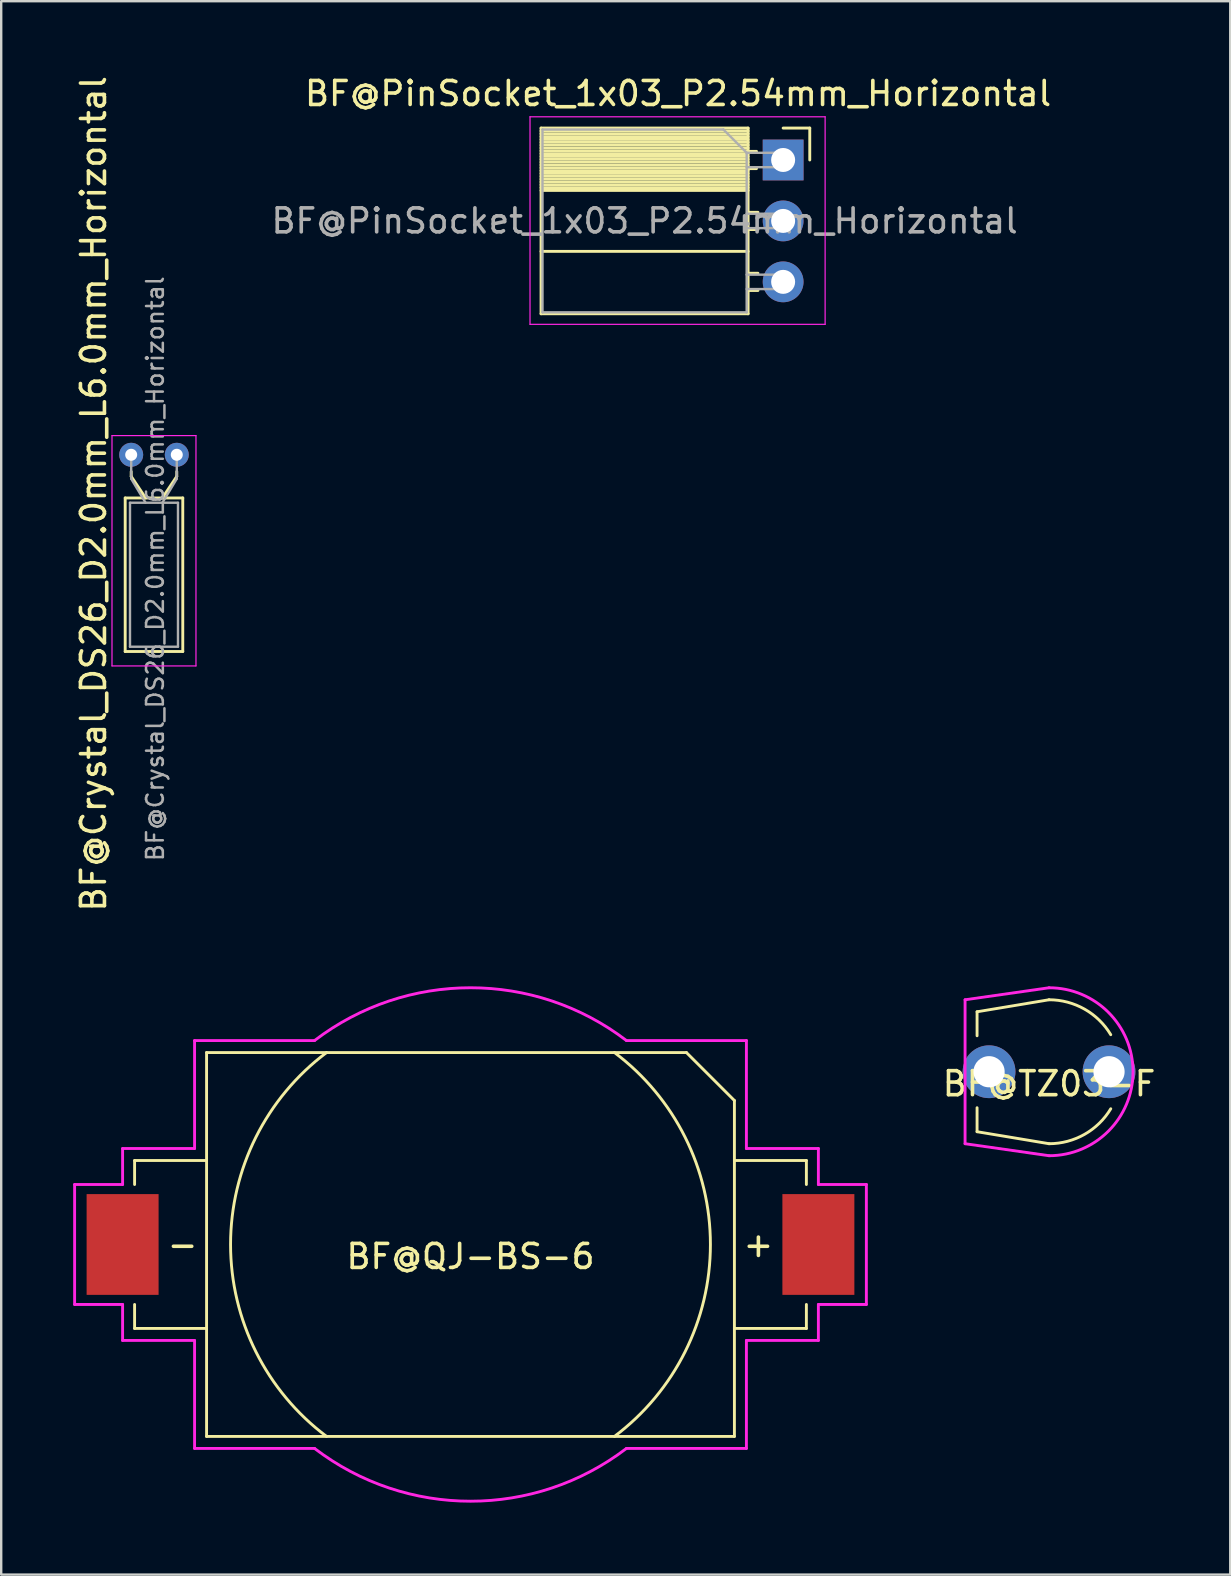
<source format=kicad_pcb>
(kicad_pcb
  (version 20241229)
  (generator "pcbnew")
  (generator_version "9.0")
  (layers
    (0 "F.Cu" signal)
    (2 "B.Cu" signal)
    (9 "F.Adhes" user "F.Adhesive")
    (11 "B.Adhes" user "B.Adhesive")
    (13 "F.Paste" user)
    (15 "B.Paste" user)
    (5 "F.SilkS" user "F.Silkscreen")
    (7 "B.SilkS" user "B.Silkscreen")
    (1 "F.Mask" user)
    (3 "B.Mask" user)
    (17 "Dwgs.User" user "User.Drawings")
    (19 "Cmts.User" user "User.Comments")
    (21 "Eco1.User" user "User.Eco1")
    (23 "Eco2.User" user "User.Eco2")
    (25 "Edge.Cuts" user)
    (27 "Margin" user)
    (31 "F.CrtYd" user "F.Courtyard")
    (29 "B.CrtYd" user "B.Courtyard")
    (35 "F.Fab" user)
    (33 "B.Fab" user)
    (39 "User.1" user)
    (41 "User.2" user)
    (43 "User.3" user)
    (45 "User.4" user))
  (footprint "BF@PinSocket_1x03_P2.54mm_Horizontal"
    (layer "F.Cu")
    (at 29.591 3.618)
    (property "Reference" "BF@PinSocket_1x03_P2.54mm_Horizontal" (at -4.38 -2.77 0) (layer "F.SilkS") (effects (font (size 1 1) (thickness 0.15))))
    (attr smd)
    (fp_line (start -10.09 -1.33) (end -10.09 6.41) (stroke (width 0.12) (type solid)) (layer "F.SilkS"))
    (fp_line (start -10.09 -1.33) (end -1.46 -1.33) (stroke (width 0.12) (type solid)) (layer "F.SilkS"))
    (fp_line (start -10.09 -1.21) (end -1.46 -1.21) (stroke (width 0.12) (type solid)) (layer "F.SilkS"))
    (fp_line (start -10.09 -1.092) (end -1.46 -1.092) (stroke (width 0.12) (type solid)) (layer "F.SilkS"))
    (fp_line (start -10.09 -0.974) (end -1.46 -0.974) (stroke (width 0.12) (type solid)) (layer "F.SilkS"))
    (fp_line (start -10.09 -0.856) (end -1.46 -0.856) (stroke (width 0.12) (type solid)) (layer "F.SilkS"))
    (fp_line (start -10.09 -0.738) (end -1.46 -0.738) (stroke (width 0.12) (type solid)) (layer "F.SilkS"))
    (fp_line (start -10.09 -0.62) (end -1.46 -0.62) (stroke (width 0.12) (type solid)) (layer "F.SilkS"))
    (fp_line (start -10.09 -0.501) (end -1.46 -0.501) (stroke (width 0.12) (type solid)) (layer "F.SilkS"))
    (fp_line (start -10.09 -0.383) (end -1.46 -0.383) (stroke (width 0.12) (type solid)) (layer "F.SilkS"))
    (fp_line (start -10.09 -0.265) (end -1.46 -0.265) (stroke (width 0.12) (type solid)) (layer "F.SilkS"))
    (fp_line (start -10.09 -0.147) (end -1.46 -0.147) (stroke (width 0.12) (type solid)) (layer "F.SilkS"))
    (fp_line (start -10.09 -0.029) (end -1.46 -0.029) (stroke (width 0.12) (type solid)) (layer "F.SilkS"))
    (fp_line (start -10.09 0.089) (end -1.46 0.089) (stroke (width 0.12) (type solid)) (layer "F.SilkS"))
    (fp_line (start -10.09 0.207) (end -1.46 0.207) (stroke (width 0.12) (type solid)) (layer "F.SilkS"))
    (fp_line (start -10.09 0.325) (end -1.46 0.325) (stroke (width 0.12) (type solid)) (layer "F.SilkS"))
    (fp_line (start -10.09 0.443) (end -1.46 0.443) (stroke (width 0.12) (type solid)) (layer "F.SilkS"))
    (fp_line (start -10.09 0.561) (end -1.46 0.561) (stroke (width 0.12) (type solid)) (layer "F.SilkS"))
    (fp_line (start -10.09 0.68) (end -1.46 0.68) (stroke (width 0.12) (type solid)) (layer "F.SilkS"))
    (fp_line (start -10.09 0.798) (end -1.46 0.798) (stroke (width 0.12) (type solid)) (layer "F.SilkS"))
    (fp_line (start -10.09 0.916) (end -1.46 0.916) (stroke (width 0.12) (type solid)) (layer "F.SilkS"))
    (fp_line (start -10.09 1.034) (end -1.46 1.034) (stroke (width 0.12) (type solid)) (layer "F.SilkS"))
    (fp_line (start -10.09 1.152) (end -1.46 1.152) (stroke (width 0.12) (type solid)) (layer "F.SilkS"))
    (fp_line (start -10.09 1.27) (end -1.46 1.27) (stroke (width 0.12) (type solid)) (layer "F.SilkS"))
    (fp_line (start -10.09 3.81) (end -1.46 3.81) (stroke (width 0.12) (type solid)) (layer "F.SilkS"))
    (fp_line (start -10.09 6.41) (end -1.46 6.41) (stroke (width 0.12) (type solid)) (layer "F.SilkS"))
    (fp_line (start -1.46 -1.33) (end -1.46 6.41) (stroke (width 0.12) (type solid)) (layer "F.SilkS"))
    (fp_line (start -1.46 -0.36) (end -1.11 -0.36) (stroke (width 0.12) (type solid)) (layer "F.SilkS"))
    (fp_line (start -1.46 0.36) (end -1.11 0.36) (stroke (width 0.12) (type solid)) (layer "F.SilkS"))
    (fp_line (start -1.46 2.18) (end -1.05 2.18) (stroke (width 0.12) (type solid)) (layer "F.SilkS"))
    (fp_line (start -1.46 2.9) (end -1.05 2.9) (stroke (width 0.12) (type solid)) (layer "F.SilkS"))
    (fp_line (start -1.46 4.72) (end -1.05 4.72) (stroke (width 0.12) (type solid)) (layer "F.SilkS"))
    (fp_line (start -1.46 5.44) (end -1.05 5.44) (stroke (width 0.12) (type solid)) (layer "F.SilkS"))
    (fp_line (start 0 -1.33) (end 1.11 -1.33) (stroke (width 0.12) (type solid)) (layer "F.SilkS"))
    (fp_line (start 1.11 -1.33) (end 1.11 0) (stroke (width 0.12) (type solid)) (layer "F.SilkS"))
    (fp_line (start -10.55 -1.8) (end -10.55 6.85) (stroke (width 0.05) (type solid)) (layer "F.CrtYd"))
    (fp_line (start -10.55 6.85) (end 1.75 6.85) (stroke (width 0.05) (type solid)) (layer "F.CrtYd"))
    (fp_line (start 1.75 -1.8) (end -10.55 -1.8) (stroke (width 0.05) (type solid)) (layer "F.CrtYd"))
    (fp_line (start 1.75 6.85) (end 1.75 -1.8) (stroke (width 0.05) (type solid)) (layer "F.CrtYd"))
    (fp_line (start -10.03 -1.27) (end -2.49 -1.27) (stroke (width 0.1) (type solid)) (layer "F.Fab"))
    (fp_line (start -10.03 6.35) (end -10.03 -1.27) (stroke (width 0.1) (type solid)) (layer "F.Fab"))
    (fp_line (start -2.49 -1.27) (end -1.52 -0.3) (stroke (width 0.1) (type solid)) (layer "F.Fab"))
    (fp_line (start -1.52 -0.3) (end -1.52 6.35) (stroke (width 0.1) (type solid)) (layer "F.Fab"))
    (fp_line (start -1.52 0.3) (end 0 0.3) (stroke (width 0.1) (type solid)) (layer "F.Fab"))
    (fp_line (start -1.52 2.84) (end 0 2.84) (stroke (width 0.1) (type solid)) (layer "F.Fab"))
    (fp_line (start -1.52 5.38) (end 0 5.38) (stroke (width 0.1) (type solid)) (layer "F.Fab"))
    (fp_line (start -1.52 6.35) (end -10.03 6.35) (stroke (width 0.1) (type solid)) (layer "F.Fab"))
    (fp_line (start 0 -0.3) (end -1.52 -0.3) (stroke (width 0.1) (type solid)) (layer "F.Fab"))
    (fp_line (start 0 0.3) (end 0 -0.3) (stroke (width 0.1) (type solid)) (layer "F.Fab"))
    (fp_line (start 0 2.24) (end -1.52 2.24) (stroke (width 0.1) (type solid)) (layer "F.Fab"))
    (fp_line (start 0 2.84) (end 0 2.24) (stroke (width 0.1) (type solid)) (layer "F.Fab"))
    (fp_line (start 0 4.78) (end -1.52 4.78) (stroke (width 0.1) (type solid)) (layer "F.Fab"))
    (fp_line (start 0 5.38) (end 0 4.78) (stroke (width 0.1) (type solid)) (layer "F.Fab"))
    (fp_text user "${REFERENCE}" (at -5.775 2.54 0) (layer "F.Fab") (effects (font (size 1 1) (thickness 0.15))))
    (pad "1" thru_hole rect (at 0 0) (size 1.7 1.7) (drill 1) (layers "*.Cu" "*.Mask"))
    (pad "2" thru_hole oval (at 0 2.54) (size 1.7 1.7) (drill 1) (layers "*.Cu" "*.Mask"))
    (pad "3" thru_hole oval (at 0 5.08) (size 1.7 1.7) (drill 1) (layers "*.Cu" "*.Mask")))
  (footprint "BF@TZ03-F"
    (layer "F.Cu")
    (at 40.674 41.62)
    (property "Reference" "BF@TZ03-F" (at 0 0.5 0) (layer "F.SilkS") (effects (font (size 1 1) (thickness 0.15))))
    (attr through_hole)
    (fp_line (start -3 -2.5) (end -3 -1.5) (stroke (width 0.12) (type solid)) (layer "F.SilkS"))
    (fp_line (start -3 2.5) (end -3 1.5) (stroke (width 0.12) (type solid)) (layer "F.SilkS"))
    (fp_line (start 0 -3) (end -3 -2.5) (stroke (width 0.12) (type solid)) (layer "F.SilkS"))
    (fp_line (start 0 3) (end -3 2.5) (stroke (width 0.12) (type solid)) (layer "F.SilkS"))
    (fp_arc (start 0 -3) (mid 1.478097 -2.6106) (end 2.572479 -1.543487) (stroke (width 0.12) (type solid)) (layer "F.SilkS"))
    (fp_arc (start 2.572479 1.543487) (mid 1.478097 2.6106) (end 0 3) (stroke (width 0.12) (type solid)) (layer "F.SilkS"))
    (fp_line (start -3.5 -3) (end 0 -3.5) (stroke (width 0.12) (type solid)) (layer "F.CrtYd"))
    (fp_line (start -3.5 3) (end -3.5 -3) (stroke (width 0.12) (type solid)) (layer "F.CrtYd"))
    (fp_line (start 0 3.5) (end -3.5 3) (stroke (width 0.12) (type solid)) (layer "F.CrtYd"))
    (fp_arc (start 0 -3.5) (mid 3.5 0) (end 0 3.5) (stroke (width 0.12) (type solid)) (layer "F.CrtYd"))
    (pad "1" thru_hole circle (at -2.5 0) (size 2.2 2.2) (drill 1.3) (layers "*.Cu" "*.Mask"))
    (pad "2" thru_hole circle (at 2.5 0) (size 2.2 2.2) (drill 1.3) (layers "*.Cu" "*.Mask")))
  (footprint "BF@QJ-BS-6"
    (layer "F.Cu")
    (at 16.56 48.82)
    (property "Reference" "BF@QJ-BS-6" (at 0 0.5 0) (layer "F.SilkS") (effects (font (size 1 1) (thickness 0.15))))
    (attr smd)
    (fp_line (start -14 -3.5) (end -14 -2.5) (stroke (width 0.12) (type solid)) (layer "F.SilkS"))
    (fp_line (start -14 2.5) (end -14 3.5) (stroke (width 0.12) (type solid)) (layer "F.SilkS"))
    (fp_line (start -14 3.5) (end -11 3.5) (stroke (width 0.12) (type solid)) (layer "F.SilkS"))
    (fp_line (start -11 -8) (end -11 8) (stroke (width 0.12) (type solid)) (layer "F.SilkS"))
    (fp_line (start -11 -8) (end 9 -8) (stroke (width 0.12) (type solid)) (layer "F.SilkS"))
    (fp_line (start -11 -3.5) (end -14 -3.5) (stroke (width 0.12) (type solid)) (layer "F.SilkS"))
    (fp_line (start -11 8) (end 11 8) (stroke (width 0.12) (type solid)) (layer "F.SilkS"))
    (fp_line (start 9 -8) (end 11 -6) (stroke (width 0.12) (type solid)) (layer "F.SilkS"))
    (fp_line (start 11 -3.5) (end 14 -3.5) (stroke (width 0.12) (type solid)) (layer "F.SilkS"))
    (fp_line (start 11 8) (end 11 -6) (stroke (width 0.12) (type solid)) (layer "F.SilkS"))
    (fp_line (start 14 -3.5) (end 14 -2.5) (stroke (width 0.12) (type solid)) (layer "F.SilkS"))
    (fp_line (start 14 2.5) (end 14 3.5) (stroke (width 0.12) (type solid)) (layer "F.SilkS"))
    (fp_line (start 14 3.5) (end 11 3.5) (stroke (width 0.12) (type solid)) (layer "F.SilkS"))
    (fp_arc (start -5.999999 8) (mid -9.999999 0.000001) (end -6 -7.999999) (stroke (width 0.12) (type solid)) (layer "F.SilkS"))
    (fp_arc (start 5.999999 -8) (mid 9.999999 -0.000001) (end 6 7.999999) (stroke (width 0.12) (type solid)) (layer "F.SilkS"))
    (fp_line (start -16.5 -2.5) (end -14.5 -2.5) (stroke (width 0.12) (type solid)) (layer "F.CrtYd"))
    (fp_line (start -16.5 2.5) (end -16.5 -2.5) (stroke (width 0.12) (type solid)) (layer "F.CrtYd"))
    (fp_line (start -14.5 -4) (end -11.5 -4) (stroke (width 0.12) (type solid)) (layer "F.CrtYd"))
    (fp_line (start -14.5 -2.5) (end -14.5 -4) (stroke (width 0.12) (type solid)) (layer "F.CrtYd"))
    (fp_line (start -14.5 2.5) (end -16.5 2.5) (stroke (width 0.12) (type solid)) (layer "F.CrtYd"))
    (fp_line (start -14.5 4) (end -14.5 2.5) (stroke (width 0.12) (type solid)) (layer "F.CrtYd"))
    (fp_line (start -11.5 -8.5) (end -6.5 -8.5) (stroke (width 0.12) (type solid)) (layer "F.CrtYd"))
    (fp_line (start -11.5 -4) (end -11.5 -8.5) (stroke (width 0.12) (type solid)) (layer "F.CrtYd"))
    (fp_line (start -11.5 4) (end -14.5 4) (stroke (width 0.12) (type solid)) (layer "F.CrtYd"))
    (fp_line (start -11.5 8.5) (end -11.5 4) (stroke (width 0.12) (type solid)) (layer "F.CrtYd"))
    (fp_line (start -6.5 8.5) (end -11.5 8.5) (stroke (width 0.12) (type solid)) (layer "F.CrtYd"))
    (fp_line (start 6.5 -8.5) (end 11.5 -8.5) (stroke (width 0.12) (type solid)) (layer "F.CrtYd"))
    (fp_line (start 6.5 8.5) (end 11.5 8.5) (stroke (width 0.12) (type solid)) (layer "F.CrtYd"))
    (fp_line (start 11.5 -8.5) (end 11.5 -4) (stroke (width 0.12) (type solid)) (layer "F.CrtYd"))
    (fp_line (start 11.5 -4) (end 14.5 -4) (stroke (width 0.12) (type solid)) (layer "F.CrtYd"))
    (fp_line (start 11.5 4) (end 11.5 8.5) (stroke (width 0.12) (type solid)) (layer "F.CrtYd"))
    (fp_line (start 14.5 -4) (end 14.5 -2.5) (stroke (width 0.12) (type solid)) (layer "F.CrtYd"))
    (fp_line (start 14.5 -2.5) (end 16.5 -2.5) (stroke (width 0.12) (type solid)) (layer "F.CrtYd"))
    (fp_line (start 14.5 2.5) (end 14.5 4) (stroke (width 0.12) (type solid)) (layer "F.CrtYd"))
    (fp_line (start 14.5 4) (end 11.5 4) (stroke (width 0.12) (type solid)) (layer "F.CrtYd"))
    (fp_line (start 16.5 -2.5) (end 16.5 2.5) (stroke (width 0.12) (type solid)) (layer "F.CrtYd"))
    (fp_line (start 16.5 2.5) (end 14.5 2.5) (stroke (width 0.12) (type solid)) (layer "F.CrtYd"))
    (fp_arc (start -6.499999 -8.499999) (mid 0 -10.700466) (end 6.499999 -8.499999) (stroke (width 0.12) (type solid)) (layer "F.CrtYd"))
    (fp_arc (start 6.499999 8.499999) (mid 0 10.700466) (end -6.499999 8.499999) (stroke (width 0.12) (type solid)) (layer "F.CrtYd"))
    (fp_text user "+" (at 12 0 0) (layer "F.SilkS") (effects (font (size 1 1) (thickness 0.15))))
    (fp_text user "-" (at -12 0 0) (layer "F.SilkS") (effects (font (size 1 1) (thickness 0.15))))
    (pad "1" smd rect (at 14.5 0) (size 3 4.2) (layers "F.Cu" "F.Mask" "F.Paste"))
    (pad "2" smd rect (at -14.5 0) (size 3 4.2) (layers "F.Cu" "F.Mask" "F.Paste")))
  (footprint "BF@Crystal_DS26_D2.0mm_L6.0mm_Horizontal"
    (layer "F.Cu")
    (at 2.418 15.905)
    (property "Reference" "BF@Crystal_DS26_D2.0mm_L6.0mm_Horizontal" (at -1.57 1.625 90) (layer "F.SilkS") (effects (font (size 1 1) (thickness 0.15))))
    (attr smd)
    (fp_line (start -0.25 1.8) (end -0.25 8.2) (stroke (width 0.12) (type solid)) (layer "F.SilkS"))
    (fp_line (start -0.25 8.2) (end 2.15 8.2) (stroke (width 0.12) (type solid)) (layer "F.SilkS"))
    (fp_line (start 0 0.9) (end 0 0.7) (stroke (width 0.12) (type solid)) (layer "F.SilkS"))
    (fp_line (start 0.6 1.8) (end 0 0.9) (stroke (width 0.12) (type solid)) (layer "F.SilkS"))
    (fp_line (start 1.3 1.8) (end 1.9 0.9) (stroke (width 0.12) (type solid)) (layer "F.SilkS"))
    (fp_line (start 1.9 0.9) (end 1.9 0.7) (stroke (width 0.12) (type solid)) (layer "F.SilkS"))
    (fp_line (start 2.15 1.8) (end -0.25 1.8) (stroke (width 0.12) (type solid)) (layer "F.SilkS"))
    (fp_line (start 2.15 8.2) (end 2.15 1.8) (stroke (width 0.12) (type solid)) (layer "F.SilkS"))
    (fp_line (start -0.8 -0.8) (end -0.8 8.8) (stroke (width 0.05) (type solid)) (layer "F.CrtYd"))
    (fp_line (start -0.8 8.8) (end 2.7 8.8) (stroke (width 0.05) (type solid)) (layer "F.CrtYd"))
    (fp_line (start 2.7 -0.8) (end -0.8 -0.8) (stroke (width 0.05) (type solid)) (layer "F.CrtYd"))
    (fp_line (start 2.7 8.8) (end 2.7 -0.8) (stroke (width 0.05) (type solid)) (layer "F.CrtYd"))
    (fp_line (start -0.05 2) (end -0.05 8) (stroke (width 0.1) (type solid)) (layer "F.Fab"))
    (fp_line (start -0.05 8) (end 1.95 8) (stroke (width 0.1) (type solid)) (layer "F.Fab"))
    (fp_line (start 0 1) (end 0 0) (stroke (width 0.1) (type solid)) (layer "F.Fab"))
    (fp_line (start 0.6 2) (end 0 1) (stroke (width 0.1) (type solid)) (layer "F.Fab"))
    (fp_line (start 1.3 2) (end 1.9 1) (stroke (width 0.1) (type solid)) (layer "F.Fab"))
    (fp_line (start 1.9 1) (end 1.9 0) (stroke (width 0.1) (type solid)) (layer "F.Fab"))
    (fp_line (start 1.95 2) (end -0.05 2) (stroke (width 0.1) (type solid)) (layer "F.Fab"))
    (fp_line (start 1.95 8) (end 1.95 2) (stroke (width 0.1) (type solid)) (layer "F.Fab"))
    (fp_text user "${REFERENCE}" (at 1 4.75 90) (layer "F.Fab") (effects (font (size 0.7 0.7) (thickness 0.105))))
    (pad "1" thru_hole circle (at 0 0) (size 1 1) (drill 0.5) (layers "*.Cu" "*.Mask"))
    (pad "2" thru_hole circle (at 1.9 0) (size 1 1) (drill 0.5) (layers "*.Cu" "*.Mask")))
  (gr_rect
    (start -3 -3)
    (end 48.227 62.58)
    (stroke (width 0.1) (type default))
    (fill no)
    (layer "Edge.Cuts")))
</source>
